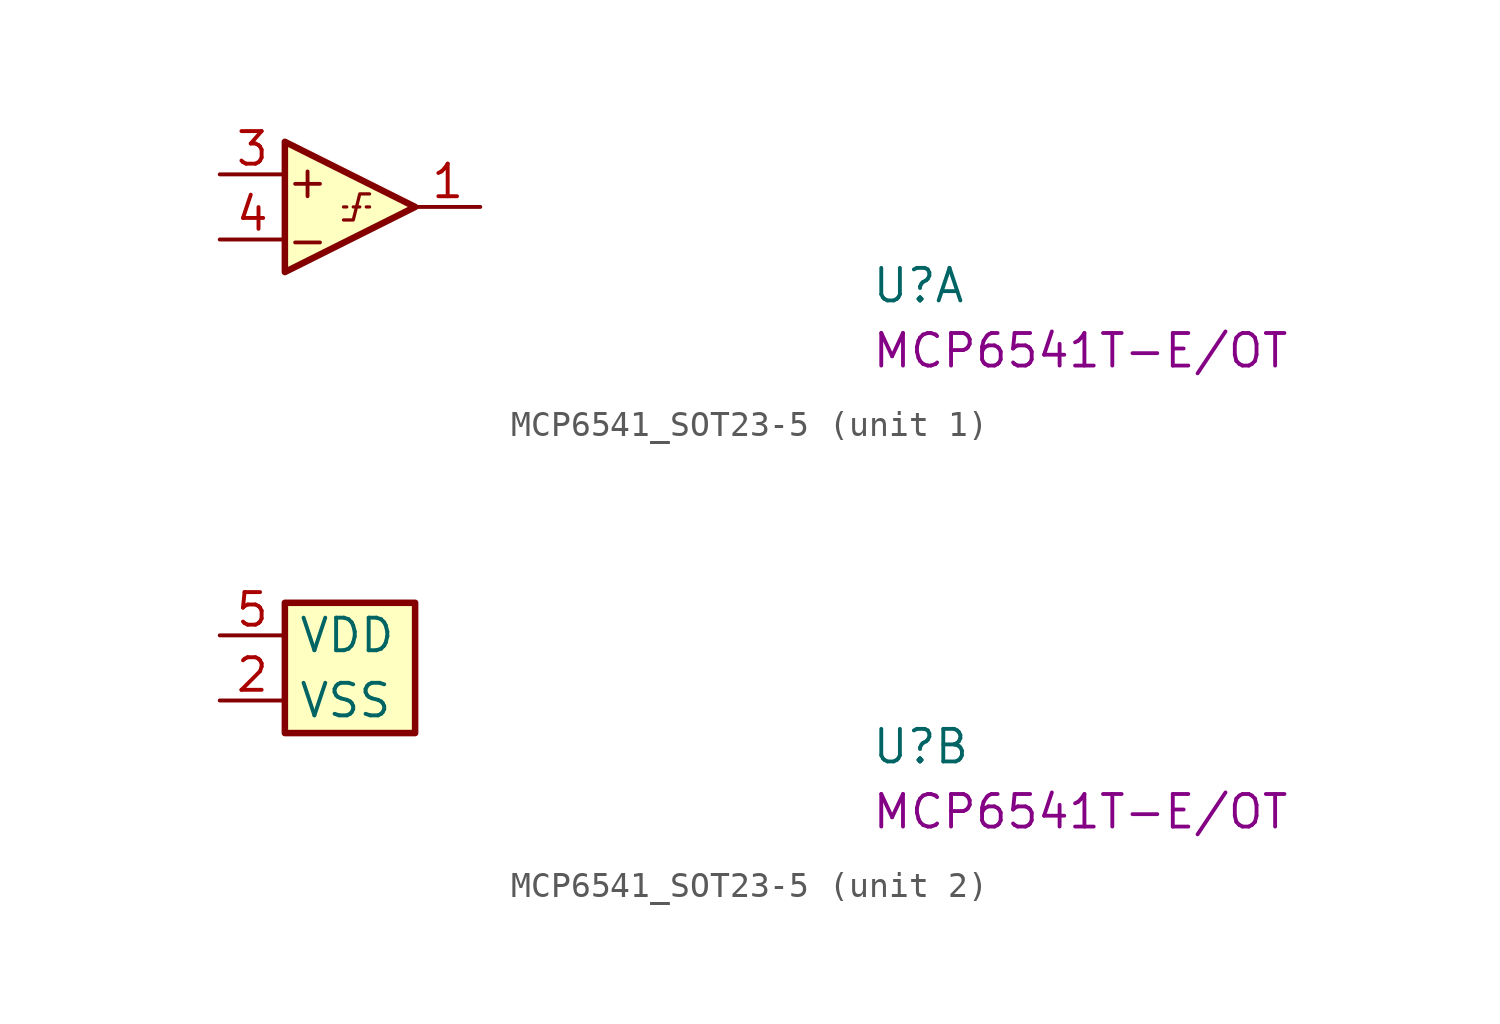
<source format=kicad_sym>
(kicad_symbol_lib
  (version 20220914)
  (generator kicad_symbol_editor)
  (symbol "MCP6541_SOT23-5"
    (property "Reference" "U"
      (at 25.4 -5.08 0)
      (effects (font (size 1.27 1.27) (thickness 0.15)) (justify left bottom)))
    (property "MPN" "MCP6541T-E/OT"
      (at 25.4 -7.62 0)
      (effects (font (size 1.27 1.27) (thickness 0.15)) (justify left bottom)))
    (property "ki_locked" ""
      (at 0 0 0)
      (effects (font (size 1.27 1.27))))
    (symbol "MCP6541_SOT23-5_1_1"
      (polyline (pts (xy 4.953 -1.27) (xy 4.826 -1.27)) (stroke (width 0.127) (type default)) (fill (type background)))
      (polyline (pts (xy 5.461 -1.27) (xy 5.207 -1.27)) (stroke (width 0.127) (type default)) (fill (type background)))
      (polyline (pts (xy 5.842 -1.27) (xy 5.715 -1.27)) (stroke (width 0.127) (type default)) (fill (type background)))
      (polyline (pts (xy 2.54 1.27) (xy 7.62 -1.27) (xy 2.54 -3.81) (xy 2.54 1.27)) (stroke (width 0.254) (type default)) (fill (type background)))
      (polyline (pts (xy 4.826 -1.778) (xy 5.207 -1.778) (xy 5.461 -0.762) (xy 5.842 -0.762)) (stroke (width 0.127) (type default)) (fill (type background)))
      (text "+" (at 2.54 -1.016 0) (effects (font (size 1.27 1.27) (thickness 0.15)) (justify left bottom)))
      (text "-" (at 2.54 -3.302 0) (effects (font (size 1.27 1.27) (thickness 0.15)) (justify left bottom)))
      (pin output line (at 10.16 -1.27 180) (length 2.54) (name "" (effects (font (size 1.27 1.27)))) (number "1" (effects (font (size 1.27 1.27)))))
      (pin input line (at 0 0 0) (length 2.54) (name "" (effects (font (size 1.27 1.27)))) (number "3" (effects (font (size 1.27 1.27)))))
      (pin input line (at 0 -2.54 0) (length 2.54) (name "" (effects (font (size 1.27 1.27)))) (number "4" (effects (font (size 1.27 1.27))))))
    (symbol "MCP6541_SOT23-5_2_1"
      (rectangle (start 2.54 1.27) (end 7.62 -3.81) (stroke (width 0.254) (type default)) (fill (type background)))
      (pin power_in line (at 0 -2.54 0) (length 2.54) (name "VSS" (effects (font (size 1.27 1.27)))) (number "2" (effects (font (size 1.27 1.27)))))
      (pin power_in line (at 0 0 0) (length 2.54) (name "VDD" (effects (font (size 1.27 1.27)))) (number "5" (effects (font (size 1.27 1.27))))))))
</source>
